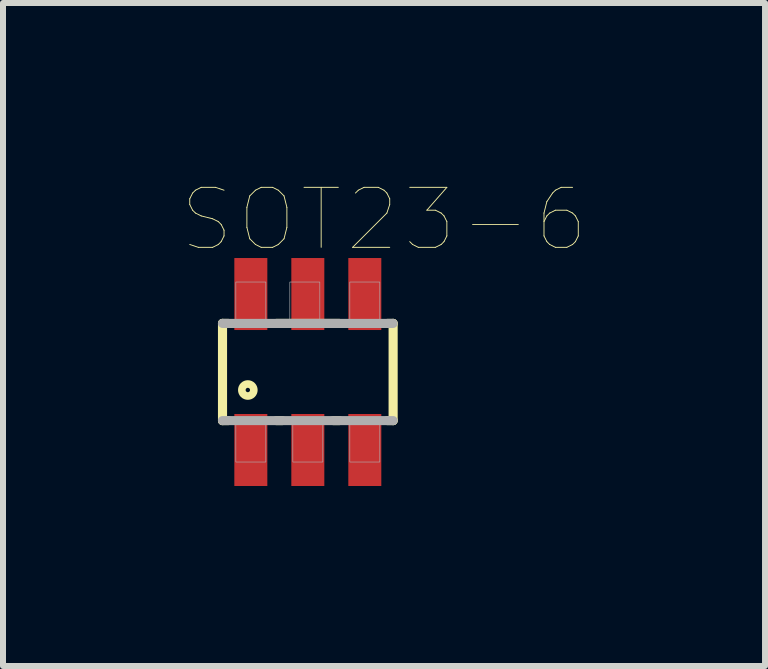
<source format=kicad_pcb>
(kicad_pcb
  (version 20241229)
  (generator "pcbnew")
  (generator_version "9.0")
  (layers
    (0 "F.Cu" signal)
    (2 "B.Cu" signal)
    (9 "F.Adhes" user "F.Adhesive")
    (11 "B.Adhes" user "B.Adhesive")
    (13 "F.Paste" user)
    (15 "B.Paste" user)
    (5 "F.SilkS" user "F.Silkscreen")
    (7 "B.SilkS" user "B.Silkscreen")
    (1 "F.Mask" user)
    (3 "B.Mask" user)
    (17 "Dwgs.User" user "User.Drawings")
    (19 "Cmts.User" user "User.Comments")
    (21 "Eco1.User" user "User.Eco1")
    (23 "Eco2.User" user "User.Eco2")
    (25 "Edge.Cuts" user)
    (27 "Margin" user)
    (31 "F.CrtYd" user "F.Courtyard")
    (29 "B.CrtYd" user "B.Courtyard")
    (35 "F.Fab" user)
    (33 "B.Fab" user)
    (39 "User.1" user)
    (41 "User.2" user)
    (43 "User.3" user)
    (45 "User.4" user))
  (footprint "SOT23-6"
    (layer "F.Cu")
    (at 2.081 3.151)
    (property "Reference" "SOT23-6" (at 1.27 -2.54 0) (layer "F.SilkS") (effects (font (size 1 1) (thickness 0.015))))
    (attr through_hole)
    (fp_line (start -1.422 -0.81) (end -1.328 -0.81) (stroke (width 0.152) (type solid)) (layer "F.SilkS"))
    (fp_line (start -1.422 0.81) (end -1.422 -0.81) (stroke (width 0.152) (type solid)) (layer "F.SilkS"))
    (fp_line (start -1.328 0.81) (end -1.422 0.81) (stroke (width 0.152) (type solid)) (layer "F.SilkS"))
    (fp_line (start -0.522 -0.81) (end 0.522 -0.81) (stroke (width 0.152) (type solid)) (layer "F.SilkS"))
    (fp_line (start -0.428 0.81) (end -0.522 0.81) (stroke (width 0.152) (type solid)) (layer "F.SilkS"))
    (fp_line (start 0.522 0.81) (end 0.428 0.81) (stroke (width 0.152) (type solid)) (layer "F.SilkS"))
    (fp_line (start 1.328 -0.81) (end 1.422 -0.81) (stroke (width 0.152) (type solid)) (layer "F.SilkS"))
    (fp_line (start 1.422 -0.81) (end 1.422 0.81) (stroke (width 0.152) (type solid)) (layer "F.SilkS"))
    (fp_line (start 1.422 0.81) (end 1.328 0.81) (stroke (width 0.152) (type solid)) (layer "F.SilkS"))
    (fp_circle (center -1 0.3) (end -0.9 0.3) (stroke (width 0.127) (type solid)) (fill no) (layer "F.SilkS"))
    (fp_line (start -1.422 -0.81) (end 1.422 -0.81) (stroke (width 0.152) (type solid)) (layer "F.Fab"))
    (fp_line (start 1.422 0.81) (end -1.422 0.81) (stroke (width 0.152) (type solid)) (layer "F.Fab"))
    (fp_poly (pts (xy -1.2 -1.5) (xy -0.7 -1.5) (xy -0.7 -0.85) (xy -1.2 -0.85)) (stroke (width 0.01) (type solid)) (fill no) (layer "F.Fab"))
    (fp_poly (pts (xy -1.2 0.85) (xy -0.7 0.85) (xy -0.7 1.5) (xy -1.2 1.5)) (stroke (width 0.01) (type solid)) (fill no) (layer "F.Fab"))
    (fp_poly (pts (xy -0.3 -1.5) (xy 0.2 -1.5) (xy 0.2 -0.85) (xy -0.3 -0.85)) (stroke (width 0.01) (type solid)) (fill no) (layer "F.Fab"))
    (fp_poly (pts (xy -0.25 0.85) (xy 0.25 0.85) (xy 0.25 1.5) (xy -0.25 1.5)) (stroke (width 0.01) (type solid)) (fill no) (layer "F.Fab"))
    (fp_poly (pts (xy 0.7 -1.5) (xy 1.2 -1.5) (xy 1.2 -0.85) (xy 0.7 -0.85)) (stroke (width 0.01) (type solid)) (fill no) (layer "F.Fab"))
    (fp_poly (pts (xy 0.7 0.85) (xy 1.2 0.85) (xy 1.2 1.5) (xy 0.7 1.5)) (stroke (width 0.01) (type solid)) (fill no) (layer "F.Fab"))
    (pad "1" smd rect (at -0.95 1.3) (size 0.55 1.2) (layers "F.Cu" "F.Mask" "F.Paste"))
    (pad "2" smd rect (at 0 1.3) (size 0.55 1.2) (layers "F.Cu" "F.Mask" "F.Paste"))
    (pad "3" smd rect (at 0.95 1.3) (size 0.55 1.2) (layers "F.Cu" "F.Mask" "F.Paste"))
    (pad "4" smd rect (at 0.95 -1.3) (size 0.55 1.2) (layers "F.Cu" "F.Mask" "F.Paste"))
    (pad "5" smd rect (at 0 -1.3) (size 0.55 1.2) (layers "F.Cu" "F.Mask" "F.Paste"))
    (pad "6" smd rect (at -0.95 -1.3) (size 0.55 1.2) (layers "F.Cu" "F.Mask" "F.Paste")))
  (gr_rect
    (start -3 -3)
    (end 9.702 8.051)
    (stroke (width 0.1) (type default))
    (fill no)
    (layer "Edge.Cuts")))
</source>
